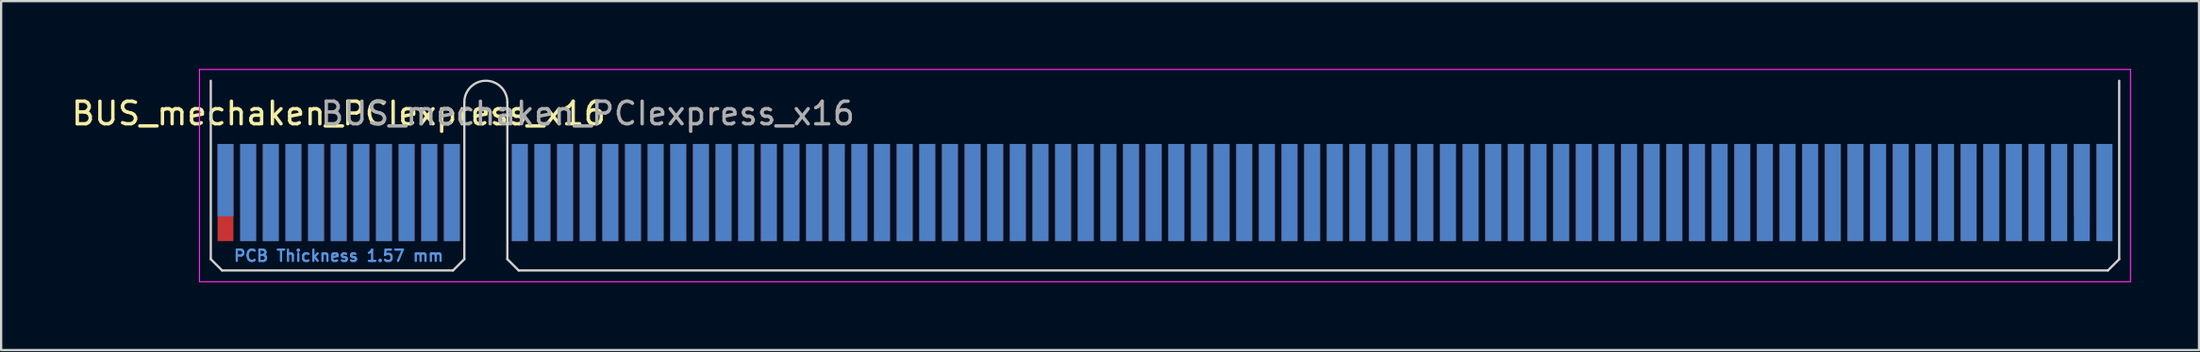
<source format=kicad_pcb>
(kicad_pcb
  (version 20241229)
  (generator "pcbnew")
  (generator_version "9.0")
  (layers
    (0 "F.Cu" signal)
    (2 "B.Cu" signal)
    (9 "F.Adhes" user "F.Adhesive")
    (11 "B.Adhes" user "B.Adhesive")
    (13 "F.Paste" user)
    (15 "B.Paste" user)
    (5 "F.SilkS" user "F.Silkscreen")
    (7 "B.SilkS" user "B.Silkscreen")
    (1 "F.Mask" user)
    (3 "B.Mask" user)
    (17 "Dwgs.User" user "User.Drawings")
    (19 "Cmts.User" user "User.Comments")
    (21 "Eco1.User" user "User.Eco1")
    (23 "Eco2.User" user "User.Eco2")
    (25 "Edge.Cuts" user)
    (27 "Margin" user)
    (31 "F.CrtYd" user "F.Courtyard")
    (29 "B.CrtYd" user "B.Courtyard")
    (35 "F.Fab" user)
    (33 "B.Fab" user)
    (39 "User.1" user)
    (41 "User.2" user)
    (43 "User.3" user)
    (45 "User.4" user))
  (footprint "BUS_mechaken_PCIexpress_x16"
    (layer "F.Cu")
    (at 6.911 5.475)
    (property "Reference" "BUS_mechaken_PCIexpress_x16" (at 5 -3.5 0) (layer "F.SilkS") (effects (font (size 1 1) (thickness 0.15))))
    (attr exclude_from_pos_files exclude_from_bom)
    (fp_line (start -0.65 -4.95) (end -0.65 2.95) (stroke (width 0.1) (type solid)) (layer "Edge.Cuts"))
    (fp_line (start -0.65 2.95) (end -0.15 3.45) (stroke (width 0.1) (type solid)) (layer "Edge.Cuts"))
    (fp_line (start -0.15 3.45) (end 10.05 3.45) (stroke (width 0.1) (type solid)) (layer "Edge.Cuts"))
    (fp_line (start 10.55 -4) (end 10.55 2.95) (stroke (width 0.1) (type solid)) (layer "Edge.Cuts"))
    (fp_line (start 10.55 2.95) (end 10.05 3.45) (stroke (width 0.1) (type solid)) (layer "Edge.Cuts"))
    (fp_line (start 12.45 -4) (end 12.45 2.95) (stroke (width 0.1) (type solid)) (layer "Edge.Cuts"))
    (fp_line (start 12.45 2.95) (end 12.95 3.45) (stroke (width 0.1) (type solid)) (layer "Edge.Cuts"))
    (fp_line (start 12.95 3.45) (end 83.15 3.45) (stroke (width 0.1) (type solid)) (layer "Edge.Cuts"))
    (fp_line (start 83.65 -4.95) (end 83.65 2.95) (stroke (width 0.1) (type solid)) (layer "Edge.Cuts"))
    (fp_line (start 83.65 2.95) (end 83.15 3.45) (stroke (width 0.1) (type solid)) (layer "Edge.Cuts"))
    (fp_arc (start 10.55 -4) (mid 11.5 -4.95) (end 12.45 -4) (stroke (width 0.1) (type solid)) (layer "Edge.Cuts"))
    (fp_line (start -1.15 -5.45) (end -1.15 3.95) (stroke (width 0.05) (type solid)) (layer "F.CrtYd"))
    (fp_line (start -1.15 -5.45) (end 84.15 -5.45) (stroke (width 0.05) (type solid)) (layer "F.CrtYd"))
    (fp_line (start 84.15 3.95) (end -1.15 3.95) (stroke (width 0.05) (type solid)) (layer "F.CrtYd"))
    (fp_line (start 84.15 3.95) (end 84.15 -5.45) (stroke (width 0.05) (type solid)) (layer "F.CrtYd"))
    (fp_text user "PCB Thickness 1.57 mm" (at 5 2.8 180) (layer "Cmts.User") (effects (font (size 0.5 0.5) (thickness 0.1))))
    (fp_text user "${REFERENCE}" (at 16 -3.5 0) (layer "F.Fab") (effects (font (size 1 1) (thickness 0.15))))
    (pad "A1" connect rect (at 0 -0.55) (size 0.7 3.2) (layers "B.Cu" "B.Mask"))
    (pad "A1" connect rect (at 1 0) (size 0.7 4.3) (layers "B.Cu" "B.Mask"))
    (pad "A2" connect rect (at 2 0) (size 0.7 4.3) (layers "B.Cu" "B.Mask"))
    (pad "A2" connect rect (at 3 0) (size 0.7 4.3) (layers "B.Cu" "B.Mask"))
    (pad "A3" connect rect (at 4 0) (size 0.7 4.3) (layers "B.Cu" "B.Mask"))
    (pad "A4" connect rect (at 5 0) (size 0.7 4.3) (layers "B.Cu" "B.Mask"))
    (pad "A5" connect rect (at 6 0) (size 0.7 4.3) (layers "B.Cu" "B.Mask"))
    (pad "A5" connect rect (at 7 0) (size 0.7 4.3) (layers "B.Cu" "B.Mask"))
    (pad "A6" connect rect (at 8 0) (size 0.7 4.3) (layers "B.Cu" "B.Mask"))
    (pad "A6" connect rect (at 9 0) (size 0.7 4.3) (layers "B.Cu" "B.Mask"))
    (pad "A6" connect rect (at 10 0) (size 0.7 4.3) (layers "B.Cu" "B.Mask"))
    (pad "A7" connect rect (at 13 0) (size 0.7 4.3) (layers "B.Cu" "B.Mask"))
    (pad "A7" connect rect (at 14 0) (size 0.7 4.3) (layers "B.Cu" "B.Mask"))
    (pad "A8" connect rect (at 15 0) (size 0.7 4.3) (layers "B.Cu" "B.Mask"))
    (pad "A8" connect rect (at 16 0) (size 0.7 4.3) (layers "B.Cu" "B.Mask"))
    (pad "A8" connect rect (at 17 0) (size 0.7 4.3) (layers "B.Cu" "B.Mask"))
    (pad "A8" connect rect (at 18 0) (size 0.7 4.3) (layers "B.Cu" "B.Mask"))
    (pad "A8" connect rect (at 19 0) (size 0.7 4.3) (layers "B.Cu" "B.Mask"))
    (pad "A8" connect rect (at 20 0) (size 0.7 4.3) (layers "B.Cu" "B.Mask"))
    (pad "A8" connect rect (at 21 0) (size 0.7 4.3) (layers "B.Cu" "B.Mask"))
    (pad "A8" connect rect (at 22 0) (size 0.7 4.3) (layers "B.Cu" "B.Mask"))
    (pad "A8" connect rect (at 23 0) (size 0.7 4.3) (layers "B.Cu" "B.Mask"))
    (pad "A9" connect rect (at 24 0) (size 0.7 4.3) (layers "B.Cu" "B.Mask"))
    (pad "A9" connect rect (at 25 0) (size 0.7 4.3) (layers "B.Cu" "B.Mask"))
    (pad "A9" connect rect (at 26 0) (size 0.7 4.3) (layers "B.Cu" "B.Mask"))
    (pad "A9" connect rect (at 27 0) (size 0.7 4.3) (layers "B.Cu" "B.Mask"))
    (pad "A9" connect rect (at 28 0) (size 0.7 4.3) (layers "B.Cu" "B.Mask"))
    (pad "A9" connect rect (at 29 0) (size 0.7 4.3) (layers "B.Cu" "B.Mask"))
    (pad "A9" connect rect (at 30 0) (size 0.7 4.3) (layers "B.Cu" "B.Mask"))
    (pad "A9" connect rect (at 31 0) (size 0.7 4.3) (layers "B.Cu" "B.Mask"))
    (pad "A9" connect rect (at 32 0) (size 0.7 4.3) (layers "B.Cu" "B.Mask"))
    (pad "A9" connect rect (at 33 0) (size 0.7 4.3) (layers "B.Cu" "B.Mask"))
    (pad "A9" connect rect (at 34 0) (size 0.7 4.3) (layers "B.Cu" "B.Mask"))
    (pad "A9" connect rect (at 35 0) (size 0.7 4.3) (layers "B.Cu" "B.Mask"))
    (pad "A9" connect rect (at 36 0) (size 0.7 4.3) (layers "B.Cu" "B.Mask"))
    (pad "A9" connect rect (at 37 0) (size 0.7 4.3) (layers "B.Cu" "B.Mask"))
    (pad "A9" connect rect (at 38 0) (size 0.7 4.3) (layers "B.Cu" "B.Mask"))
    (pad "A9" connect rect (at 39 0) (size 0.7 4.3) (layers "B.Cu" "B.Mask"))
    (pad "A9" connect rect (at 40 0) (size 0.7 4.3) (layers "B.Cu" "B.Mask"))
    (pad "A9" connect rect (at 41 0) (size 0.7 4.3) (layers "B.Cu" "B.Mask"))
    (pad "A9" connect rect (at 42 0) (size 0.7 4.3) (layers "B.Cu" "B.Mask"))
    (pad "A9" connect rect (at 43 0) (size 0.7 4.3) (layers "B.Cu" "B.Mask"))
    (pad "A9" connect rect (at 44 0) (size 0.7 4.3) (layers "B.Cu" "B.Mask"))
    (pad "A9" connect rect (at 45 0) (size 0.7 4.3) (layers "B.Cu" "B.Mask"))
    (pad "A9" connect rect (at 46 0) (size 0.7 4.3) (layers "B.Cu" "B.Mask"))
    (pad "A9" connect rect (at 47 0) (size 0.7 4.3) (layers "B.Cu" "B.Mask"))
    (pad "A9" connect rect (at 48 0) (size 0.7 4.3) (layers "B.Cu" "B.Mask"))
    (pad "A9" connect rect (at 49 0) (size 0.7 4.3) (layers "B.Cu" "B.Mask"))
    (pad "A9" connect rect (at 50 0) (size 0.7 4.3) (layers "B.Cu" "B.Mask"))
    (pad "A9" connect rect (at 51 0) (size 0.7 4.3) (layers "B.Cu" "B.Mask"))
    (pad "A9" connect rect (at 52 0) (size 0.7 4.3) (layers "B.Cu" "B.Mask"))
    (pad "A9" connect rect (at 53 0) (size 0.7 4.3) (layers "B.Cu" "B.Mask"))
    (pad "A10" connect rect (at 54 0) (size 0.7 4.3) (layers "B.Cu" "B.Mask"))
    (pad "A10" connect rect (at 55 0) (size 0.7 4.3) (layers "B.Cu" "B.Mask"))
    (pad "A10" connect rect (at 56 0) (size 0.7 4.3) (layers "B.Cu" "B.Mask"))
    (pad "A10" connect rect (at 57 0) (size 0.7 4.3) (layers "B.Cu" "B.Mask"))
    (pad "A10" connect rect (at 58 0) (size 0.7 4.3) (layers "B.Cu" "B.Mask"))
    (pad "A10" connect rect (at 59 0) (size 0.7 4.3) (layers "B.Cu" "B.Mask"))
    (pad "A10" connect rect (at 60 0) (size 0.7 4.3) (layers "B.Cu" "B.Mask"))
    (pad "A10" connect rect (at 61 0) (size 0.7 4.3) (layers "B.Cu" "B.Mask"))
    (pad "A10" connect rect (at 62 0) (size 0.7 4.3) (layers "B.Cu" "B.Mask"))
    (pad "A10" connect rect (at 63 0) (size 0.7 4.3) (layers "B.Cu" "B.Mask"))
    (pad "A10" connect rect (at 64 0) (size 0.7 4.3) (layers "B.Cu" "B.Mask"))
    (pad "A10" connect rect (at 65 0) (size 0.7 4.3) (layers "B.Cu" "B.Mask"))
    (pad "A10" connect rect (at 66 0) (size 0.7 4.3) (layers "B.Cu" "B.Mask"))
    (pad "A10" connect rect (at 67 0) (size 0.7 4.3) (layers "B.Cu" "B.Mask"))
    (pad "A10" connect rect (at 68 0) (size 0.7 4.3) (layers "B.Cu" "B.Mask"))
    (pad "A10" connect rect (at 69 0) (size 0.7 4.3) (layers "B.Cu" "B.Mask"))
    (pad "A10" connect rect (at 70 0) (size 0.7 4.3) (layers "B.Cu" "B.Mask"))
    (pad "A10" connect rect (at 71 0) (size 0.7 4.3) (layers "B.Cu" "B.Mask"))
    (pad "A10" connect rect (at 72 0) (size 0.7 4.3) (layers "B.Cu" "B.Mask"))
    (pad "A10" connect rect (at 73 0) (size 0.7 4.3) (layers "B.Cu" "B.Mask"))
    (pad "A10" connect rect (at 74 0) (size 0.7 4.3) (layers "B.Cu" "B.Mask"))
    (pad "A10" connect rect (at 75 0) (size 0.7 4.3) (layers "B.Cu" "B.Mask"))
    (pad "A10" connect rect (at 76 0) (size 0.7 4.3) (layers "B.Cu" "B.Mask"))
    (pad "A10" connect rect (at 77 0) (size 0.7 4.3) (layers "B.Cu" "B.Mask"))
    (pad "A10" connect rect (at 78 0) (size 0.7 4.3) (layers "B.Cu" "B.Mask"))
    (pad "A10" connect rect (at 79 0) (size 0.7 4.3) (layers "B.Cu" "B.Mask"))
    (pad "A10" connect rect (at 80 0) (size 0.7 4.3) (layers "B.Cu" "B.Mask"))
    (pad "A10" connect rect (at 81 0) (size 0.7 4.3) (layers "B.Cu" "B.Mask"))
    (pad "A10" connect rect (at 82 0) (size 0.7 4.3) (layers "B.Cu" "B.Mask"))
    (pad "A10" connect rect (at 83 0) (size 0.7 4.3) (layers "B.Cu" "B.Mask"))
    (pad "B1" connect rect (at 0 0) (size 0.7 4.3) (layers "F.Cu" "F.Mask"))
    (pad "B1" connect rect (at 1 0) (size 0.7 4.3) (layers "F.Cu" "F.Mask"))
    (pad "B2" connect rect (at 2 0) (size 0.7 4.3) (layers "F.Cu" "F.Mask"))
    (pad "B2" connect rect (at 3 0) (size 0.7 4.3) (layers "F.Cu" "F.Mask"))
    (pad "B3" connect rect (at 4 0) (size 0.7 4.3) (layers "F.Cu" "F.Mask"))
    (pad "B4" connect rect (at 5 0) (size 0.7 4.3) (layers "F.Cu" "F.Mask"))
    (pad "B5" connect rect (at 6 0) (size 0.7 4.3) (layers "F.Cu" "F.Mask"))
    (pad "B5" connect rect (at 7 0) (size 0.7 4.3) (layers "F.Cu" "F.Mask"))
    (pad "B6" connect rect (at 8 0) (size 0.7 4.3) (layers "F.Cu" "F.Mask"))
    (pad "B6" connect rect (at 9 0) (size 0.7 4.3) (layers "F.Cu" "F.Mask"))
    (pad "B6" connect rect (at 10 0) (size 0.7 4.3) (layers "F.Cu" "F.Mask"))
    (pad "B7" connect rect (at 13 0) (size 0.7 4.3) (layers "F.Cu" "F.Mask"))
    (pad "B7" connect rect (at 14 0) (size 0.7 4.3) (layers "F.Cu" "F.Mask"))
    (pad "B8" connect rect (at 15 0) (size 0.7 4.3) (layers "F.Cu" "F.Mask"))
    (pad "B8" connect rect (at 16 0) (size 0.7 4.3) (layers "F.Cu" "F.Mask"))
    (pad "B8" connect rect (at 17 0) (size 0.7 4.3) (layers "F.Cu" "F.Mask"))
    (pad "B8" connect rect (at 18 0) (size 0.7 4.3) (layers "F.Cu" "F.Mask"))
    (pad "B8" connect rect (at 19 0) (size 0.7 4.3) (layers "F.Cu" "F.Mask"))
    (pad "B8" connect rect (at 20 0) (size 0.7 4.3) (layers "F.Cu" "F.Mask"))
    (pad "B8" connect rect (at 21 0) (size 0.7 4.3) (layers "F.Cu" "F.Mask"))
    (pad "B8" connect rect (at 22 0) (size 0.7 4.3) (layers "F.Cu" "F.Mask"))
    (pad "B8" connect rect (at 23 0) (size 0.7 4.3) (layers "F.Cu" "F.Mask"))
    (pad "B9" connect rect (at 24 0) (size 0.7 4.3) (layers "F.Cu" "F.Mask"))
    (pad "B9" connect rect (at 25 0) (size 0.7 4.3) (layers "F.Cu" "F.Mask"))
    (pad "B9" connect rect (at 26 0) (size 0.7 4.3) (layers "F.Cu" "F.Mask"))
    (pad "B9" connect rect (at 27 0) (size 0.7 4.3) (layers "F.Cu" "F.Mask"))
    (pad "B9" connect rect (at 28 0) (size 0.7 4.3) (layers "F.Cu" "F.Mask"))
    (pad "B9" connect rect (at 29 0) (size 0.7 4.3) (layers "F.Cu" "F.Mask"))
    (pad "B9" connect rect (at 30 0) (size 0.7 4.3) (layers "F.Cu" "F.Mask"))
    (pad "B9" connect rect (at 31 0) (size 0.7 4.3) (layers "F.Cu" "F.Mask"))
    (pad "B9" connect rect (at 32 0) (size 0.7 4.3) (layers "F.Cu" "F.Mask"))
    (pad "B9" connect rect (at 33 0) (size 0.7 4.3) (layers "F.Cu" "F.Mask"))
    (pad "B9" connect rect (at 34 0) (size 0.7 4.3) (layers "F.Cu" "F.Mask"))
    (pad "B9" connect rect (at 35 0) (size 0.7 4.3) (layers "F.Cu" "F.Mask"))
    (pad "B9" connect rect (at 36 0) (size 0.7 4.3) (layers "F.Cu" "F.Mask"))
    (pad "B9" connect rect (at 37 0) (size 0.7 4.3) (layers "F.Cu" "F.Mask"))
    (pad "B9" connect rect (at 38 0) (size 0.7 4.3) (layers "F.Cu" "F.Mask"))
    (pad "B9" connect rect (at 39 0) (size 0.7 4.3) (layers "F.Cu" "F.Mask"))
    (pad "B9" connect rect (at 40 0) (size 0.7 4.3) (layers "F.Cu" "F.Mask"))
    (pad "B9" connect rect (at 41 0) (size 0.7 4.3) (layers "F.Cu" "F.Mask"))
    (pad "B9" connect rect (at 42 0) (size 0.7 4.3) (layers "F.Cu" "F.Mask"))
    (pad "B9" connect rect (at 43 0) (size 0.7 4.3) (layers "F.Cu" "F.Mask"))
    (pad "B9" connect rect (at 44 0) (size 0.7 4.3) (layers "F.Cu" "F.Mask"))
    (pad "B9" connect rect (at 45 0) (size 0.7 4.3) (layers "F.Cu" "F.Mask"))
    (pad "B9" connect rect (at 46 0) (size 0.7 4.3) (layers "F.Cu" "F.Mask"))
    (pad "B9" connect rect (at 47 0) (size 0.7 4.3) (layers "F.Cu" "F.Mask"))
    (pad "B9" connect rect (at 48 0) (size 0.7 4.3) (layers "F.Cu" "F.Mask"))
    (pad "B9" connect rect (at 49 0) (size 0.7 4.3) (layers "F.Cu" "F.Mask"))
    (pad "B9" connect rect (at 50 0) (size 0.7 4.3) (layers "F.Cu" "F.Mask"))
    (pad "B9" connect rect (at 51 0) (size 0.7 4.3) (layers "F.Cu" "F.Mask"))
    (pad "B9" connect rect (at 52 0) (size 0.7 4.3) (layers "F.Cu" "F.Mask"))
    (pad "B9" connect rect (at 53 0) (size 0.7 4.3) (layers "F.Cu" "F.Mask"))
    (pad "B10" connect rect (at 54 0) (size 0.7 4.3) (layers "F.Cu" "F.Mask"))
    (pad "B10" connect rect (at 55 0) (size 0.7 4.3) (layers "F.Cu" "F.Mask"))
    (pad "B10" connect rect (at 56 0) (size 0.7 4.3) (layers "F.Cu" "F.Mask"))
    (pad "B10" connect rect (at 57 0) (size 0.7 4.3) (layers "F.Cu" "F.Mask"))
    (pad "B10" connect rect (at 58 0) (size 0.7 4.3) (layers "F.Cu" "F.Mask"))
    (pad "B10" connect rect (at 59 0) (size 0.7 4.3) (layers "F.Cu" "F.Mask"))
    (pad "B10" connect rect (at 60 0) (size 0.7 4.3) (layers "F.Cu" "F.Mask"))
    (pad "B10" connect rect (at 61 0) (size 0.7 4.3) (layers "F.Cu" "F.Mask"))
    (pad "B10" connect rect (at 62 0) (size 0.7 4.3) (layers "F.Cu" "F.Mask"))
    (pad "B10" connect rect (at 63 0) (size 0.7 4.3) (layers "F.Cu" "F.Mask"))
    (pad "B10" connect rect (at 64 0) (size 0.7 4.3) (layers "F.Cu" "F.Mask"))
    (pad "B10" connect rect (at 65 0) (size 0.7 4.3) (layers "F.Cu" "F.Mask"))
    (pad "B10" connect rect (at 66 0) (size 0.7 4.3) (layers "F.Cu" "F.Mask"))
    (pad "B10" connect rect (at 67 0) (size 0.7 4.3) (layers "F.Cu" "F.Mask"))
    (pad "B10" connect rect (at 68 0) (size 0.7 4.3) (layers "F.Cu" "F.Mask"))
    (pad "B10" connect rect (at 69 0) (size 0.7 4.3) (layers "F.Cu" "F.Mask"))
    (pad "B10" connect rect (at 70 0) (size 0.7 4.3) (layers "F.Cu" "F.Mask"))
    (pad "B10" connect rect (at 71 0) (size 0.7 4.3) (layers "F.Cu" "F.Mask"))
    (pad "B10" connect rect (at 72 0) (size 0.7 4.3) (layers "F.Cu" "F.Mask"))
    (pad "B10" connect rect (at 73 0) (size 0.7 4.3) (layers "F.Cu" "F.Mask"))
    (pad "B10" connect rect (at 74 0) (size 0.7 4.3) (layers "F.Cu" "F.Mask"))
    (pad "B10" connect rect (at 75 0) (size 0.7 4.3) (layers "F.Cu" "F.Mask"))
    (pad "B10" connect rect (at 76 0) (size 0.7 4.3) (layers "F.Cu" "F.Mask"))
    (pad "B10" connect rect (at 77 0) (size 0.7 4.3) (layers "F.Cu" "F.Mask"))
    (pad "B10" connect rect (at 78 0) (size 0.7 4.3) (layers "F.Cu" "F.Mask"))
    (pad "B10" connect rect (at 79 0) (size 0.7 4.3) (layers "F.Cu" "F.Mask"))
    (pad "B10" connect rect (at 80 0) (size 0.7 4.3) (layers "F.Cu" "F.Mask"))
    (pad "B10" connect rect (at 81 0) (size 0.7 4.3) (layers "F.Cu" "F.Mask"))
    (pad "B10" connect rect (at 82 -0.55) (size 0.7 3.2) (layers "F.Cu" "F.Mask"))
    (pad "B10" connect rect (at 83 0) (size 0.7 4.3) (layers "F.Cu" "F.Mask")))
  (gr_rect
    (start -3 -3)
    (end 94.086 12.45)
    (stroke (width 0.1) (type default))
    (fill no)
    (layer "Edge.Cuts")))
</source>
